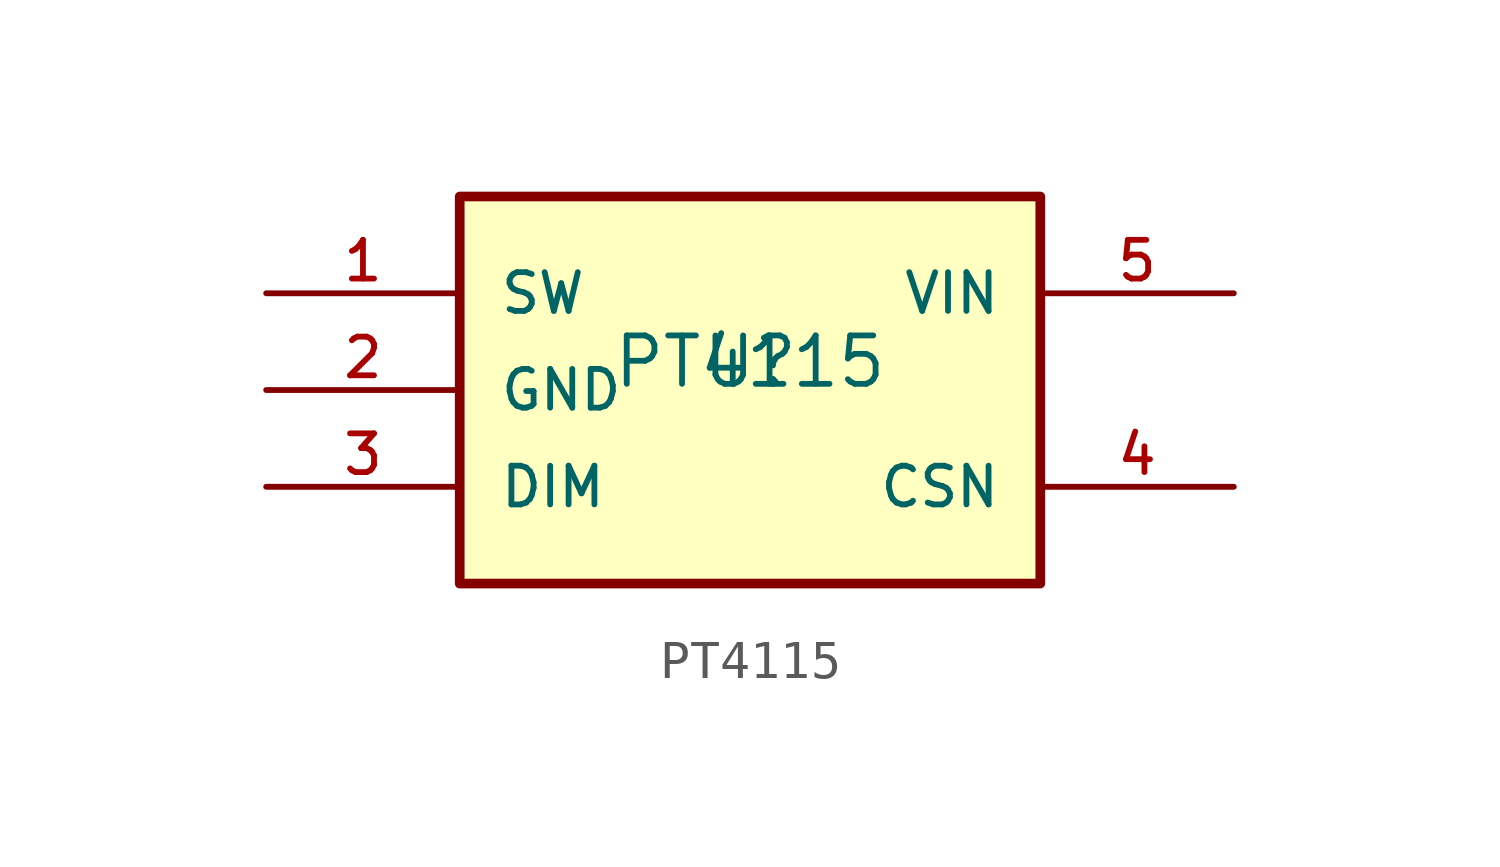
<source format=kicad_sym>
(kicad_symbol_lib
  (version 20211014)
  (generator kicad_symbol_editor)
  (symbol "PT4115"
    (pin_names
      (offset 1.016))
    (property "Reference" "U"
      (at 0 0 0)
      (effects (font (size 1.27 1.27)) (justify bottom)))
    (property "Value" "PT4115"
      (at 0 0.0 0)
      (effects (font (size 1.27 1.27)) (justify bottom)))
    (symbol "PT4115_0_0"
      (rectangle (start -7.62 -5.08) (end 7.62 5.08) (stroke (width 0.254)) (fill (type background)))
      (pin bidirectional line (at -12.7 2.54 0) (length 5.08) (name "SW" (effects (font (size 1.016 1.016)))) (number "1" (effects (font (size 1.016 1.016)))))
      (pin bidirectional line (at -12.7 0.0 0) (length 5.08) (name "GND" (effects (font (size 1.016 1.016)))) (number "2" (effects (font (size 1.016 1.016)))))
      (pin bidirectional line (at -12.7 -2.54 0) (length 5.08) (name "DIM" (effects (font (size 1.016 1.016)))) (number "3" (effects (font (size 1.016 1.016)))))
      (pin bidirectional line (at 12.7 -2.54 180.0) (length 5.08) (name "CSN" (effects (font (size 1.016 1.016)))) (number "4" (effects (font (size 1.016 1.016)))))
      (pin bidirectional line (at 12.7 2.54 180.0) (length 5.08) (name "VIN" (effects (font (size 1.016 1.016)))) (number "5" (effects (font (size 1.016 1.016))))))))
</source>
